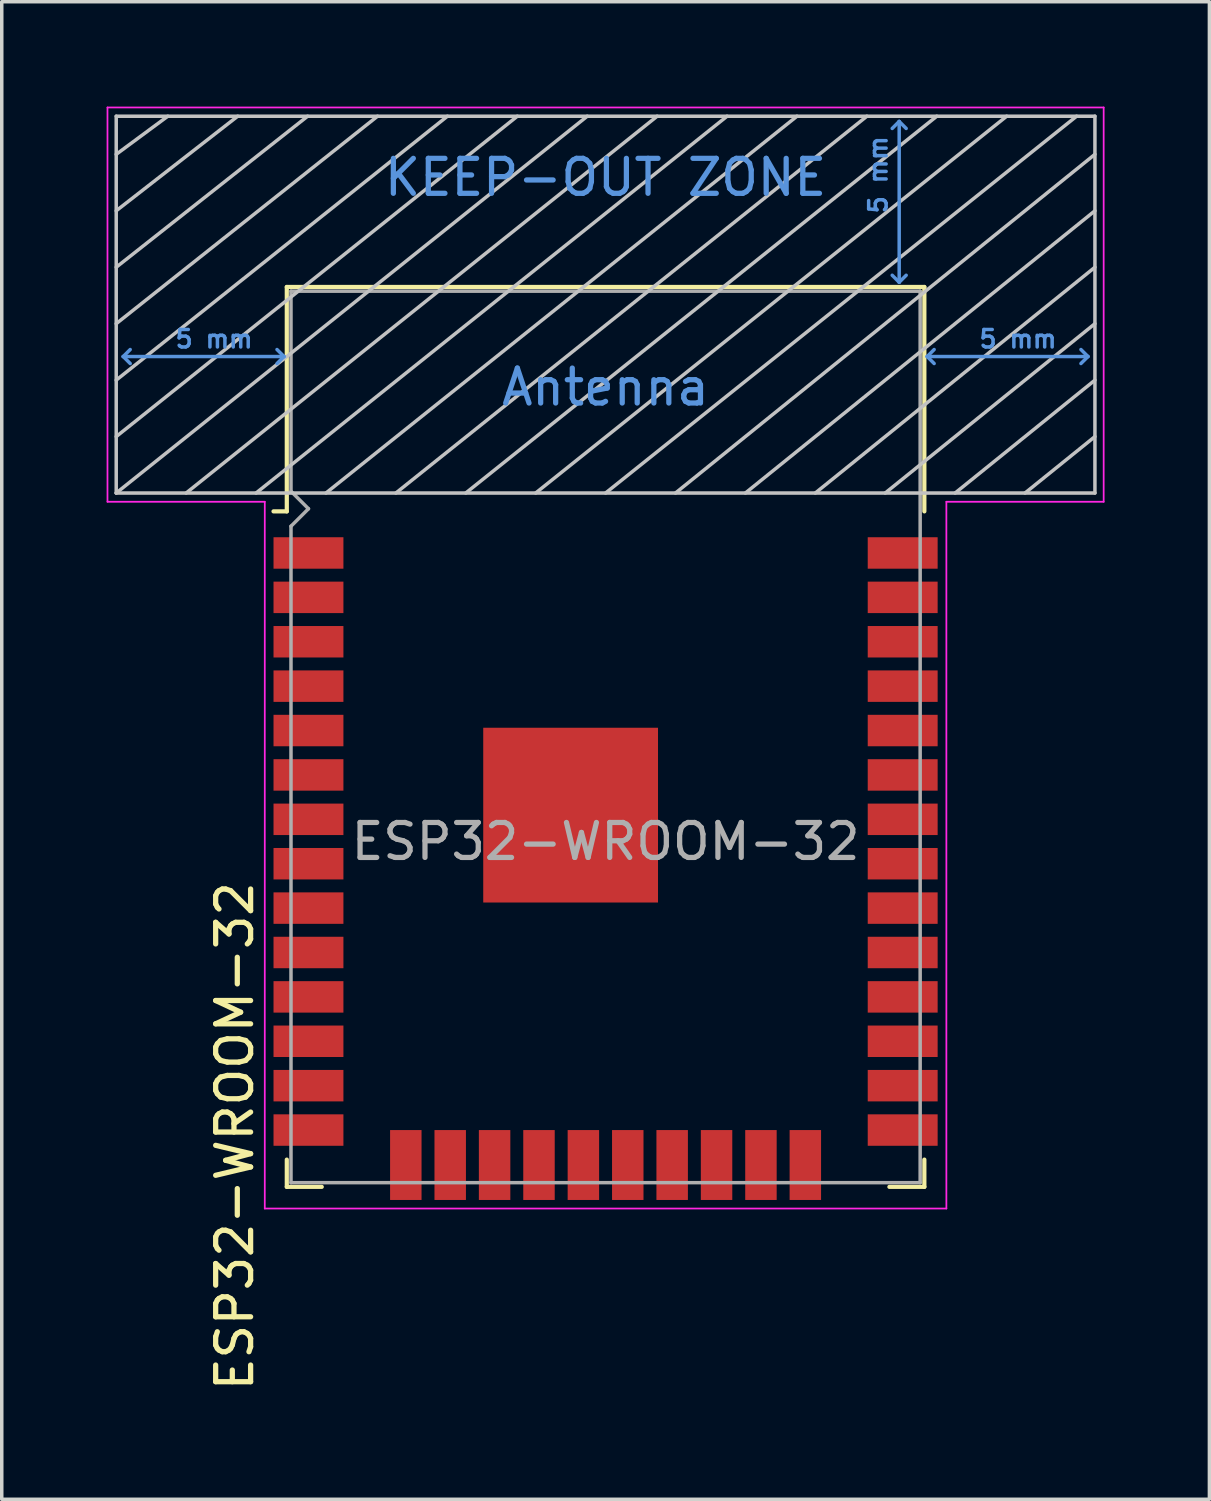
<source format=kicad_pcb>
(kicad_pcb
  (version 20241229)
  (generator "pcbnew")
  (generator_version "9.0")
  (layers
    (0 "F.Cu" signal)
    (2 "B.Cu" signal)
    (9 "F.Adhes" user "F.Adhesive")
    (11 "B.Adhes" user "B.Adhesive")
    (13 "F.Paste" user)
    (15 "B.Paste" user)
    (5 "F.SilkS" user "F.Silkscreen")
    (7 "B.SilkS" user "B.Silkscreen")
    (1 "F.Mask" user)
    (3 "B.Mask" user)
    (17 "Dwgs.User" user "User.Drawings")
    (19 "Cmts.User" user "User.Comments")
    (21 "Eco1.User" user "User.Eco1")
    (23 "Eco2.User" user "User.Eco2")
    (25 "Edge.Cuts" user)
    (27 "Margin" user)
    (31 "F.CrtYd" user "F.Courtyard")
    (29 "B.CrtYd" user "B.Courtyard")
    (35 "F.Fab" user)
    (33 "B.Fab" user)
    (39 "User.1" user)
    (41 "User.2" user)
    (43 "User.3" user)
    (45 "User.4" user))
  (footprint "ESP32-WROOM-32"
    (layer "F.Cu")
    (at 14.275 21.025)
    (property "Reference" "ESP32-WROOM-32" (at -10.61 8.43 90) (layer "F.SilkS") (effects (font (size 1 1) (thickness 0.15))))
    (attr smd)
    (fp_line (start -9.12 -15.865) (end -9.12 -9.445) (stroke (width 0.12) (type solid)) (layer "F.SilkS"))
    (fp_line (start -9.12 -15.865) (end 9.12 -15.865) (stroke (width 0.12) (type solid)) (layer "F.SilkS"))
    (fp_line (start -9.12 -9.445) (end -9.5 -9.445) (stroke (width 0.12) (type solid)) (layer "F.SilkS"))
    (fp_line (start -9.12 9.1) (end -9.12 9.88) (stroke (width 0.12) (type solid)) (layer "F.SilkS"))
    (fp_line (start -9.12 9.88) (end -8.12 9.88) (stroke (width 0.12) (type solid)) (layer "F.SilkS"))
    (fp_line (start 9.12 -15.865) (end 9.12 -9.445) (stroke (width 0.12) (type solid)) (layer "F.SilkS"))
    (fp_line (start 9.12 9.1) (end 9.12 9.88) (stroke (width 0.12) (type solid)) (layer "F.SilkS"))
    (fp_line (start 9.12 9.88) (end 8.12 9.88) (stroke (width 0.12) (type solid)) (layer "F.SilkS"))
    (fp_line (start -14 -9.97) (end -14 -20.75) (stroke (width 0.1) (type solid)) (layer "Dwgs.User"))
    (fp_line (start -12.525 -20.75) (end -14 -19.66) (stroke (width 0.1) (type solid)) (layer "Dwgs.User"))
    (fp_line (start -10.525 -20.75) (end -14 -18.045) (stroke (width 0.1) (type solid)) (layer "Dwgs.User"))
    (fp_line (start -8.525 -20.75) (end -14 -16.43) (stroke (width 0.1) (type solid)) (layer "Dwgs.User"))
    (fp_line (start -8 -9.97) (end 5.475 -20.75) (stroke (width 0.1) (type solid)) (layer "Dwgs.User"))
    (fp_line (start -6.525 -20.75) (end -14 -14.815) (stroke (width 0.1) (type solid)) (layer "Dwgs.User"))
    (fp_line (start -4.525 -20.75) (end -14 -13.2) (stroke (width 0.1) (type solid)) (layer "Dwgs.User"))
    (fp_line (start -2.525 -20.75) (end -14 -11.585) (stroke (width 0.1) (type solid)) (layer "Dwgs.User"))
    (fp_line (start -0.525 -20.75) (end -14 -9.97) (stroke (width 0.1) (type solid)) (layer "Dwgs.User"))
    (fp_line (start 1.475 -20.75) (end -12 -9.97) (stroke (width 0.1) (type solid)) (layer "Dwgs.User"))
    (fp_line (start 3.475 -20.75) (end -10 -9.97) (stroke (width 0.1) (type solid)) (layer "Dwgs.User"))
    (fp_line (start 7.475 -20.75) (end -6 -9.97) (stroke (width 0.1) (type solid)) (layer "Dwgs.User"))
    (fp_line (start 9.475 -20.75) (end -4 -9.97) (stroke (width 0.1) (type solid)) (layer "Dwgs.User"))
    (fp_line (start 11.475 -20.75) (end -2 -9.97) (stroke (width 0.1) (type solid)) (layer "Dwgs.User"))
    (fp_line (start 13.475 -20.75) (end 0 -9.97) (stroke (width 0.1) (type solid)) (layer "Dwgs.User"))
    (fp_line (start 14 -20.75) (end -14 -20.75) (stroke (width 0.1) (type solid)) (layer "Dwgs.User"))
    (fp_line (start 14 -19.66) (end 2 -9.97) (stroke (width 0.1) (type solid)) (layer "Dwgs.User"))
    (fp_line (start 14 -18.045) (end 4 -9.97) (stroke (width 0.1) (type solid)) (layer "Dwgs.User"))
    (fp_line (start 14 -16.43) (end 6 -9.97) (stroke (width 0.1) (type solid)) (layer "Dwgs.User"))
    (fp_line (start 14 -14.815) (end 8 -9.97) (stroke (width 0.1) (type solid)) (layer "Dwgs.User"))
    (fp_line (start 14 -13.2) (end 10 -9.97) (stroke (width 0.1) (type solid)) (layer "Dwgs.User"))
    (fp_line (start 14 -11.585) (end 12 -9.97) (stroke (width 0.1) (type solid)) (layer "Dwgs.User"))
    (fp_line (start 14 -9.97) (end -14 -9.97) (stroke (width 0.1) (type solid)) (layer "Dwgs.User"))
    (fp_line (start 14 -9.97) (end 14 -20.75) (stroke (width 0.1) (type solid)) (layer "Dwgs.User"))
    (fp_line (start -13.8 -13.875) (end -13.6 -14.075) (stroke (width 0.1) (type solid)) (layer "Cmts.User"))
    (fp_line (start -13.8 -13.875) (end -13.6 -13.675) (stroke (width 0.1) (type solid)) (layer "Cmts.User"))
    (fp_line (start -13.8 -13.875) (end -9.2 -13.875) (stroke (width 0.1) (type solid)) (layer "Cmts.User"))
    (fp_line (start -9.2 -13.875) (end -9.4 -14.075) (stroke (width 0.1) (type solid)) (layer "Cmts.User"))
    (fp_line (start -9.2 -13.875) (end -9.4 -13.675) (stroke (width 0.1) (type solid)) (layer "Cmts.User"))
    (fp_line (start 8.4 -20.6) (end 8.2 -20.4) (stroke (width 0.1) (type solid)) (layer "Cmts.User"))
    (fp_line (start 8.4 -20.6) (end 8.6 -20.4) (stroke (width 0.1) (type solid)) (layer "Cmts.User"))
    (fp_line (start 8.4 -16) (end 8.2 -16.2) (stroke (width 0.1) (type solid)) (layer "Cmts.User"))
    (fp_line (start 8.4 -16) (end 8.4 -20.6) (stroke (width 0.1) (type solid)) (layer "Cmts.User"))
    (fp_line (start 8.4 -16) (end 8.6 -16.2) (stroke (width 0.1) (type solid)) (layer "Cmts.User"))
    (fp_line (start 9.2 -13.875) (end 9.4 -14.075) (stroke (width 0.1) (type solid)) (layer "Cmts.User"))
    (fp_line (start 9.2 -13.875) (end 9.4 -13.675) (stroke (width 0.1) (type solid)) (layer "Cmts.User"))
    (fp_line (start 9.2 -13.875) (end 13.8 -13.875) (stroke (width 0.1) (type solid)) (layer "Cmts.User"))
    (fp_line (start 13.8 -13.875) (end 13.6 -14.075) (stroke (width 0.1) (type solid)) (layer "Cmts.User"))
    (fp_line (start 13.8 -13.875) (end 13.6 -13.675) (stroke (width 0.1) (type solid)) (layer "Cmts.User"))
    (fp_line (start -14.25 -21) (end -14.25 -9.72) (stroke (width 0.05) (type solid)) (layer "F.CrtYd"))
    (fp_line (start -14.25 -21) (end 14.25 -21) (stroke (width 0.05) (type solid)) (layer "F.CrtYd"))
    (fp_line (start -14.25 -9.72) (end -9.75 -9.72) (stroke (width 0.05) (type solid)) (layer "F.CrtYd"))
    (fp_line (start -9.75 10.5) (end -9.75 -9.72) (stroke (width 0.05) (type solid)) (layer "F.CrtYd"))
    (fp_line (start -9.75 10.5) (end 9.75 10.5) (stroke (width 0.05) (type solid)) (layer "F.CrtYd"))
    (fp_line (start 9.75 -9.72) (end 9.75 10.5) (stroke (width 0.05) (type solid)) (layer "F.CrtYd"))
    (fp_line (start 9.75 -9.72) (end 14.25 -9.72) (stroke (width 0.05) (type solid)) (layer "F.CrtYd"))
    (fp_line (start 14.25 -21) (end 14.25 -9.72) (stroke (width 0.05) (type solid)) (layer "F.CrtYd"))
    (fp_line (start -9 -15.745) (end -9 -10.02) (stroke (width 0.1) (type solid)) (layer "F.Fab"))
    (fp_line (start -9 -15.745) (end 9 -15.745) (stroke (width 0.1) (type solid)) (layer "F.Fab"))
    (fp_line (start -9 -9.02) (end -9 9.76) (stroke (width 0.1) (type solid)) (layer "F.Fab"))
    (fp_line (start -9 -9.02) (end -8.5 -9.52) (stroke (width 0.1) (type solid)) (layer "F.Fab"))
    (fp_line (start -9 9.76) (end 9 9.76) (stroke (width 0.1) (type solid)) (layer "F.Fab"))
    (fp_line (start -8.5 -9.52) (end -9 -10.02) (stroke (width 0.1) (type solid)) (layer "F.Fab"))
    (fp_line (start 9 9.76) (end 9 -15.745) (stroke (width 0.1) (type solid)) (layer "F.Fab"))
    (fp_text user "5 mm" (at 7.8 -19.075 90) (layer "Cmts.User") (effects (font (size 0.5 0.5) (thickness 0.1))))
    (fp_text user "KEEP-OUT ZONE" (at 0 -19 0) (layer "Cmts.User") (effects (font (size 1 1) (thickness 0.15))))
    (fp_text user "5 mm" (at 11.8 -14.375 0) (layer "Cmts.User") (effects (font (size 0.5 0.5) (thickness 0.1))))
    (fp_text user "5 mm" (at -11.2 -14.375 0) (layer "Cmts.User") (effects (font (size 0.5 0.5) (thickness 0.1))))
    (fp_text user "Antenna" (at 0 -13 0) (layer "Cmts.User") (effects (font (size 1 1) (thickness 0.15))))
    (fp_text user "${REFERENCE}" (at 0 0 0) (layer "F.Fab") (effects (font (size 1 1) (thickness 0.15))))
    (pad "1" smd rect (at -8.5 -8.255) (size 2 0.9) (layers "F.Cu" "F.Mask" "F.Paste"))
    (pad "2" smd rect (at -8.5 -6.985) (size 2 0.9) (layers "F.Cu" "F.Mask" "F.Paste"))
    (pad "3" smd rect (at -8.5 -5.715) (size 2 0.9) (layers "F.Cu" "F.Mask" "F.Paste"))
    (pad "4" smd rect (at -8.5 -4.445) (size 2 0.9) (layers "F.Cu" "F.Mask" "F.Paste"))
    (pad "5" smd rect (at -8.5 -3.175) (size 2 0.9) (layers "F.Cu" "F.Mask" "F.Paste"))
    (pad "6" smd rect (at -8.5 -1.905) (size 2 0.9) (layers "F.Cu" "F.Mask" "F.Paste"))
    (pad "7" smd rect (at -8.5 -0.635) (size 2 0.9) (layers "F.Cu" "F.Mask" "F.Paste"))
    (pad "8" smd rect (at -8.5 0.635) (size 2 0.9) (layers "F.Cu" "F.Mask" "F.Paste"))
    (pad "9" smd rect (at -8.5 1.905) (size 2 0.9) (layers "F.Cu" "F.Mask" "F.Paste"))
    (pad "10" smd rect (at -8.5 3.175) (size 2 0.9) (layers "F.Cu" "F.Mask" "F.Paste"))
    (pad "11" smd rect (at -8.5 4.445) (size 2 0.9) (layers "F.Cu" "F.Mask" "F.Paste"))
    (pad "12" smd rect (at -8.5 5.715) (size 2 0.9) (layers "F.Cu" "F.Mask" "F.Paste"))
    (pad "13" smd rect (at -8.5 6.985) (size 2 0.9) (layers "F.Cu" "F.Mask" "F.Paste"))
    (pad "14" smd rect (at -8.5 8.255) (size 2 0.9) (layers "F.Cu" "F.Mask" "F.Paste"))
    (pad "15" smd rect (at -5.715 9.255 90) (size 2 0.9) (layers "F.Cu" "F.Mask" "F.Paste"))
    (pad "16" smd rect (at -4.445 9.255 90) (size 2 0.9) (layers "F.Cu" "F.Mask" "F.Paste"))
    (pad "17" smd rect (at -3.175 9.255 90) (size 2 0.9) (layers "F.Cu" "F.Mask" "F.Paste"))
    (pad "18" smd rect (at -1.905 9.255 90) (size 2 0.9) (layers "F.Cu" "F.Mask" "F.Paste"))
    (pad "19" smd rect (at -0.635 9.255 90) (size 2 0.9) (layers "F.Cu" "F.Mask" "F.Paste"))
    (pad "20" smd rect (at 0.635 9.255 90) (size 2 0.9) (layers "F.Cu" "F.Mask" "F.Paste"))
    (pad "21" smd rect (at 1.905 9.255 90) (size 2 0.9) (layers "F.Cu" "F.Mask" "F.Paste"))
    (pad "22" smd rect (at 3.175 9.255 90) (size 2 0.9) (layers "F.Cu" "F.Mask" "F.Paste"))
    (pad "23" smd rect (at 4.445 9.255 90) (size 2 0.9) (layers "F.Cu" "F.Mask" "F.Paste"))
    (pad "24" smd rect (at 5.715 9.255 90) (size 2 0.9) (layers "F.Cu" "F.Mask" "F.Paste"))
    (pad "25" smd rect (at 8.5 8.255) (size 2 0.9) (layers "F.Cu" "F.Mask" "F.Paste"))
    (pad "26" smd rect (at 8.5 6.985) (size 2 0.9) (layers "F.Cu" "F.Mask" "F.Paste"))
    (pad "27" smd rect (at 8.5 5.715) (size 2 0.9) (layers "F.Cu" "F.Mask" "F.Paste"))
    (pad "28" smd rect (at 8.5 4.445) (size 2 0.9) (layers "F.Cu" "F.Mask" "F.Paste"))
    (pad "29" smd rect (at 8.5 3.175) (size 2 0.9) (layers "F.Cu" "F.Mask" "F.Paste"))
    (pad "30" smd rect (at 8.5 1.905) (size 2 0.9) (layers "F.Cu" "F.Mask" "F.Paste"))
    (pad "31" smd rect (at 8.5 0.635) (size 2 0.9) (layers "F.Cu" "F.Mask" "F.Paste"))
    (pad "32" smd rect (at 8.5 -0.635) (size 2 0.9) (layers "F.Cu" "F.Mask" "F.Paste"))
    (pad "33" smd rect (at 8.5 -1.905) (size 2 0.9) (layers "F.Cu" "F.Mask" "F.Paste"))
    (pad "34" smd rect (at 8.5 -3.175) (size 2 0.9) (layers "F.Cu" "F.Mask" "F.Paste"))
    (pad "35" smd rect (at 8.5 -4.445) (size 2 0.9) (layers "F.Cu" "F.Mask" "F.Paste"))
    (pad "36" smd rect (at 8.5 -5.715) (size 2 0.9) (layers "F.Cu" "F.Mask" "F.Paste"))
    (pad "37" smd rect (at 8.5 -6.985) (size 2 0.9) (layers "F.Cu" "F.Mask" "F.Paste"))
    (pad "38" smd rect (at 8.5 -8.255) (size 2 0.9) (layers "F.Cu" "F.Mask" "F.Paste"))
    (pad "39" smd rect (at -1 -0.755) (size 5 5) (layers "F.Cu" "F.Mask" "F.Paste")))
  (gr_rect
    (start -3 -3)
    (end 31.55 39.842)
    (stroke (width 0.1) (type default))
    (fill no)
    (layer "Edge.Cuts")))
</source>
